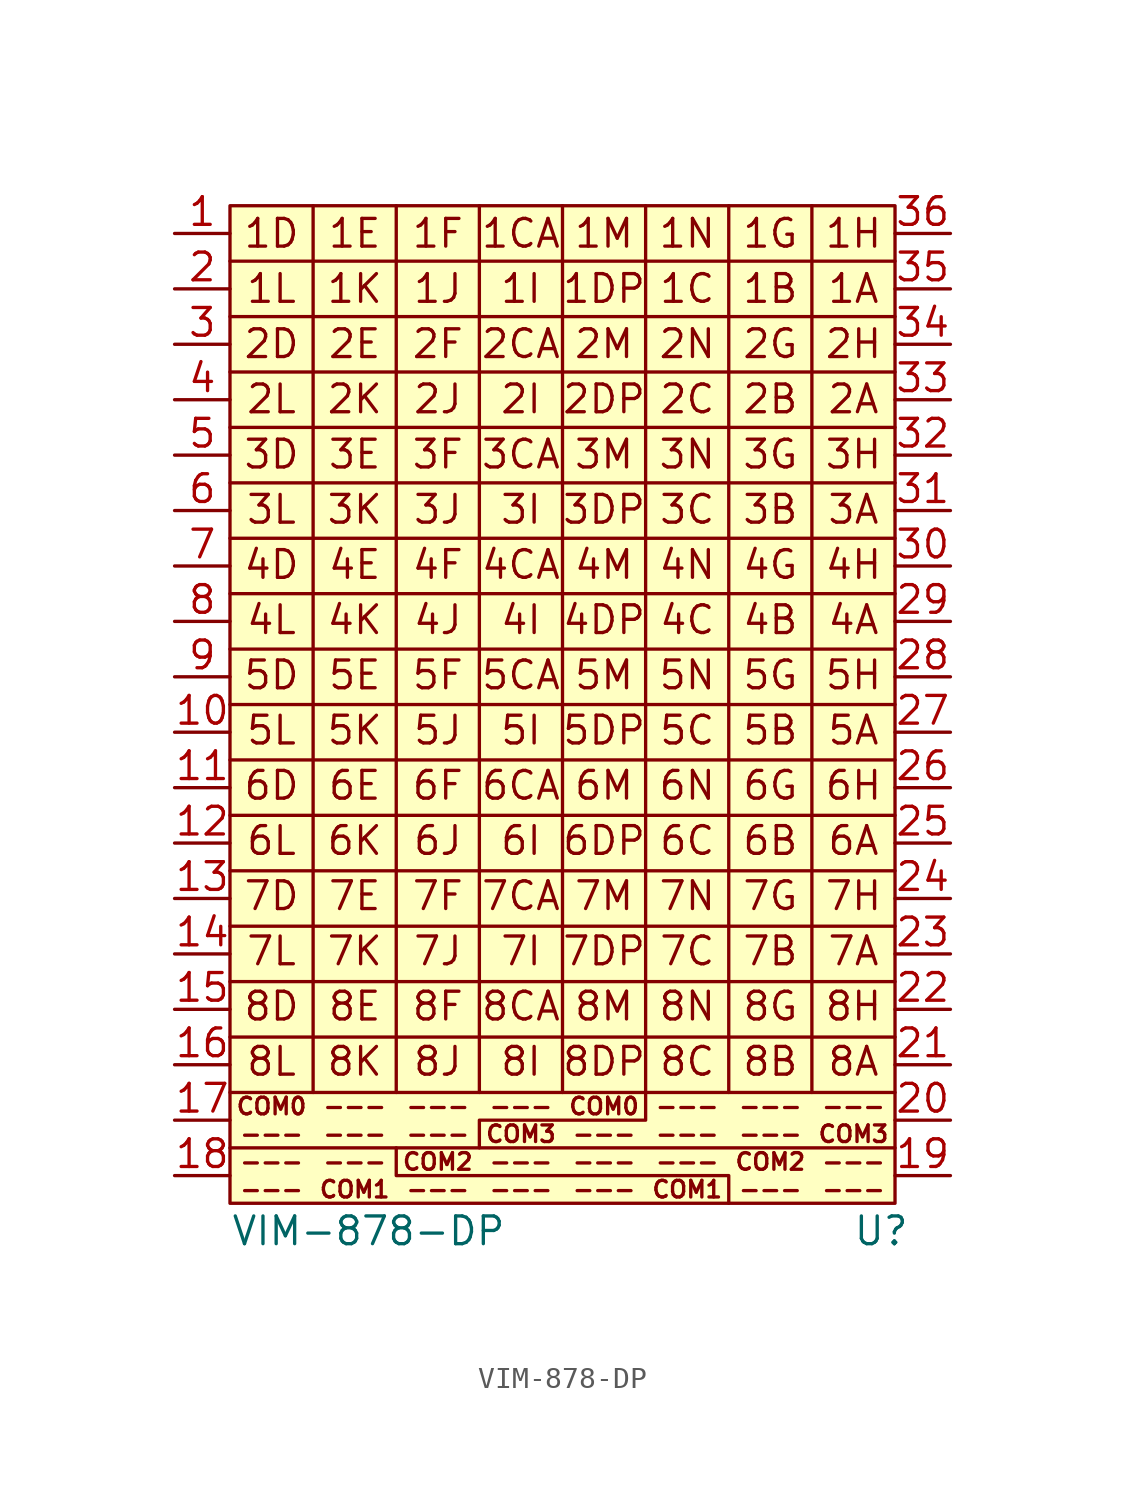
<source format=kicad_sym>
(kicad_symbol_lib
  (version 20220914)
  (generator kicad_symbol_editor)
  (symbol "VIM-878-DP"
    (pin_names hide)
    (property "Reference" "U"
      (at 14.605 -24.13 0)
      (effects (font (size 1.27 1.27))))
    (property "Value" "VIM-878-DP"
      (at -8.89 -24.13 0)
      (effects (font (size 1.27 1.27))))
    (symbol "VIM-878-DP_0_0"
      (pin passive line (at -17.78 21.59 0) (length 2.54) (name "1DEFCA" (effects (font (size 1.27 1.27)))) (number "1" (effects (font (size 1.27 1.27)))))
      (pin passive line (at -17.78 -1.27 0) (length 2.54) (name "5LKJI" (effects (font (size 1.27 1.27)))) (number "10" (effects (font (size 1.27 1.27)))))
      (pin passive line (at -17.78 -3.81 0) (length 2.54) (name "6DEFCA" (effects (font (size 1.27 1.27)))) (number "11" (effects (font (size 1.27 1.27)))))
      (pin passive line (at -17.78 -6.35 0) (length 2.54) (name "6LKJI" (effects (font (size 1.27 1.27)))) (number "12" (effects (font (size 1.27 1.27)))))
      (pin passive line (at -17.78 -8.89 0) (length 2.54) (name "7DEFCA" (effects (font (size 1.27 1.27)))) (number "13" (effects (font (size 1.27 1.27)))))
      (pin passive line (at -17.78 -11.43 0) (length 2.54) (name "7LKJI" (effects (font (size 1.27 1.27)))) (number "14" (effects (font (size 1.27 1.27)))))
      (pin passive line (at -17.78 -13.97 0) (length 2.54) (name "8DEFCA" (effects (font (size 1.27 1.27)))) (number "15" (effects (font (size 1.27 1.27)))))
      (pin passive line (at -17.78 -16.51 0) (length 2.54) (name "8LKJI" (effects (font (size 1.27 1.27)))) (number "16" (effects (font (size 1.27 1.27)))))
      (pin passive line (at -17.78 19.05 0) (length 2.54) (name "1LKJI" (effects (font (size 1.27 1.27)))) (number "2" (effects (font (size 1.27 1.27)))))
      (pin passive line (at 17.78 -16.51 180) (length 2.54) (name "8DPCBA" (effects (font (size 1.27 1.27)))) (number "21" (effects (font (size 1.27 1.27)))))
      (pin passive line (at 17.78 -13.97 180) (length 2.54) (name "8MNGH" (effects (font (size 1.27 1.27)))) (number "22" (effects (font (size 1.27 1.27)))))
      (pin passive line (at 17.78 -11.43 180) (length 2.54) (name "7DPCBA" (effects (font (size 1.27 1.27)))) (number "23" (effects (font (size 1.27 1.27)))))
      (pin passive line (at 17.78 -8.89 180) (length 2.54) (name "7MNGH" (effects (font (size 1.27 1.27)))) (number "24" (effects (font (size 1.27 1.27)))))
      (pin passive line (at 17.78 -6.35 180) (length 2.54) (name "6DPCBA" (effects (font (size 1.27 1.27)))) (number "25" (effects (font (size 1.27 1.27)))))
      (pin passive line (at 17.78 -3.81 180) (length 2.54) (name "6MNGH" (effects (font (size 1.27 1.27)))) (number "26" (effects (font (size 1.27 1.27)))))
      (pin passive line (at 17.78 -1.27 180) (length 2.54) (name "8DPCBA" (effects (font (size 1.27 1.27)))) (number "27" (effects (font (size 1.27 1.27)))))
      (pin passive line (at 17.78 1.27 180) (length 2.54) (name "8MNGH" (effects (font (size 1.27 1.27)))) (number "28" (effects (font (size 1.27 1.27)))))
      (pin passive line (at 17.78 3.81 180) (length 2.54) (name "8DPCBA" (effects (font (size 1.27 1.27)))) (number "29" (effects (font (size 1.27 1.27)))))
      (pin passive line (at -17.78 16.51 0) (length 2.54) (name "2DEFCA" (effects (font (size 1.27 1.27)))) (number "3" (effects (font (size 1.27 1.27)))))
      (pin passive line (at 17.78 6.35 180) (length 2.54) (name "8MNGH" (effects (font (size 1.27 1.27)))) (number "30" (effects (font (size 1.27 1.27)))))
      (pin passive line (at 17.78 8.89 180) (length 2.54) (name "8DPCBA" (effects (font (size 1.27 1.27)))) (number "31" (effects (font (size 1.27 1.27)))))
      (pin passive line (at 17.78 11.43 180) (length 2.54) (name "8MNGH" (effects (font (size 1.27 1.27)))) (number "32" (effects (font (size 1.27 1.27)))))
      (pin passive line (at 17.78 13.97 180) (length 2.54) (name "8DPCBA" (effects (font (size 1.27 1.27)))) (number "33" (effects (font (size 1.27 1.27)))))
      (pin passive line (at 17.78 16.51 180) (length 2.54) (name "8MNGH" (effects (font (size 1.27 1.27)))) (number "34" (effects (font (size 1.27 1.27)))))
      (pin passive line (at 17.78 19.05 180) (length 2.54) (name "1DPCBA" (effects (font (size 1.27 1.27)))) (number "35" (effects (font (size 1.27 1.27)))))
      (pin passive line (at 17.78 21.59 180) (length 2.54) (name "1MNGH" (effects (font (size 1.27 1.27)))) (number "36" (effects (font (size 1.27 1.27)))))
      (pin passive line (at -17.78 13.97 0) (length 2.54) (name "2LKJI" (effects (font (size 1.27 1.27)))) (number "4" (effects (font (size 1.27 1.27)))))
      (pin passive line (at -17.78 11.43 0) (length 2.54) (name "3DEFCA" (effects (font (size 1.27 1.27)))) (number "5" (effects (font (size 1.27 1.27)))))
      (pin passive line (at -17.78 8.89 0) (length 2.54) (name "3LKJI" (effects (font (size 1.27 1.27)))) (number "6" (effects (font (size 1.27 1.27)))))
      (pin passive line (at -17.78 6.35 0) (length 2.54) (name "4DEFCA" (effects (font (size 1.27 1.27)))) (number "7" (effects (font (size 1.27 1.27)))))
      (pin passive line (at -17.78 3.81 0) (length 2.54) (name "4LKJI" (effects (font (size 1.27 1.27)))) (number "8" (effects (font (size 1.27 1.27)))))
      (pin passive line (at -17.78 1.27 0) (length 2.54) (name "5DEFCA" (effects (font (size 1.27 1.27)))) (number "9" (effects (font (size 1.27 1.27))))))
    (symbol "VIM-878-DP_0_1"
      (polyline (pts (xy -15.24 -12.7) (xy 15.24 -12.7)) (stroke (width 0) (type default)) (fill (type none)))
      (polyline (pts (xy -15.24 -7.62) (xy 15.24 -7.62)) (stroke (width 0) (type default)) (fill (type none)))
      (polyline (pts (xy -15.24 -2.54) (xy 15.24 -2.54)) (stroke (width 0) (type default)) (fill (type none)))
      (polyline (pts (xy -15.24 0) (xy 15.24 0)) (stroke (width 0) (type default)) (fill (type none)))
      (polyline (pts (xy -15.24 5.08) (xy 15.24 5.08)) (stroke (width 0) (type default)) (fill (type none)))
      (polyline (pts (xy -15.24 10.16) (xy 15.24 10.16)) (stroke (width 0) (type default)) (fill (type none)))
      (polyline (pts (xy -15.24 15.24) (xy 15.24 15.24)) (stroke (width 0) (type default)) (fill (type none)))
      (polyline (pts (xy 15.24 -15.24) (xy -15.24 -15.24)) (stroke (width 0) (type default)) (fill (type none)))
      (polyline (pts (xy 15.24 -10.16) (xy -15.24 -10.16)) (stroke (width 0) (type default)) (fill (type none)))
      (polyline (pts (xy 15.24 -5.08) (xy -15.24 -5.08)) (stroke (width 0) (type default)) (fill (type none)))
      (polyline (pts (xy 15.24 2.54) (xy -15.24 2.54)) (stroke (width 0) (type default)) (fill (type none)))
      (polyline (pts (xy 15.24 7.62) (xy -15.24 7.62)) (stroke (width 0) (type default)) (fill (type none)))
      (polyline (pts (xy 15.24 12.7) (xy -15.24 12.7)) (stroke (width 0) (type default)) (fill (type none))))
    (symbol "VIM-878-DP_1_0"
      (pin passive line (at -17.78 -19.05 0) (length 2.54) (name "COM0" (effects (font (size 1.27 1.27)))) (number "17" (effects (font (size 1.27 1.27)))))
      (pin passive line (at -17.78 -21.59 0) (length 2.54) (name "COM1" (effects (font (size 1.27 1.27)))) (number "18" (effects (font (size 1.27 1.27)))))
      (pin passive line (at 17.78 -21.59 180) (length 2.54) (name "COM2" (effects (font (size 1.27 1.27)))) (number "19" (effects (font (size 1.27 1.27)))))
      (pin passive line (at 17.78 -19.05 180) (length 2.54) (name "COM3" (effects (font (size 1.27 1.27)))) (number "20" (effects (font (size 1.27 1.27))))))
    (symbol "VIM-878-DP_1_1"
      (rectangle (start -15.24 22.86) (end 15.24 -22.86) (stroke (width 0) (type default)) (fill (type background)))
      (polyline (pts (xy -15.24 -20.32) (xy 15.24 -20.32)) (stroke (width 0) (type default)) (fill (type none)))
      (polyline (pts (xy -15.24 17.78) (xy 15.24 17.78)) (stroke (width 0) (type default)) (fill (type none)))
      (polyline (pts (xy -15.24 20.32) (xy 15.24 20.32)) (stroke (width 0) (type default)) (fill (type none)))
      (polyline (pts (xy -11.43 22.86) (xy -11.43 -17.78)) (stroke (width 0) (type default)) (fill (type none)))
      (polyline (pts (xy -7.62 22.86) (xy -7.62 -17.78)) (stroke (width 0) (type default)) (fill (type none)))
      (polyline (pts (xy -3.81 22.86) (xy -3.81 -17.78)) (stroke (width 0) (type default)) (fill (type none)))
      (polyline (pts (xy 0 22.86) (xy 0 -17.78)) (stroke (width 0) (type default)) (fill (type none)))
      (polyline (pts (xy 3.81 -17.78) (xy 3.81 22.86)) (stroke (width 0) (type default)) (fill (type none)))
      (polyline (pts (xy 7.62 22.86) (xy 7.62 -17.78)) (stroke (width 0) (type default)) (fill (type none)))
      (polyline (pts (xy 11.43 22.86) (xy 11.43 -17.78)) (stroke (width 0) (type default)) (fill (type none)))
      (polyline (pts (xy 15.24 -17.78) (xy -15.24 -17.78)) (stroke (width 0) (type default)) (fill (type none)))
      (polyline (pts (xy -7.62 -20.32) (xy -7.62 -21.59) (xy 7.62 -21.59) (xy 7.62 -22.86)) (stroke (width 0) (type default)) (fill (type none)))
      (polyline (pts (xy 3.81 -17.78) (xy 3.81 -19.05) (xy -3.81 -19.05) (xy -3.81 -20.32)) (stroke (width 0) (type default)) (fill (type none)))
      (text "---" (at -13.335 -22.225 0) (effects (font (size 0.762 0.762))))
      (text "---" (at -13.335 -20.955 0) (effects (font (size 0.762 0.762))))
      (text "---" (at -13.335 -19.685 0) (effects (font (size 0.762 0.762))))
      (text "---" (at -9.525 -20.955 0) (effects (font (size 0.762 0.762))))
      (text "---" (at -9.525 -19.685 0) (effects (font (size 0.762 0.762))))
      (text "---" (at -9.525 -18.415 0) (effects (font (size 0.762 0.762))))
      (text "---" (at -5.715 -22.225 0) (effects (font (size 0.762 0.762))))
      (text "---" (at -5.715 -19.685 0) (effects (font (size 0.762 0.762))))
      (text "---" (at -5.715 -18.415 0) (effects (font (size 0.762 0.762))))
      (text "---" (at -1.905 -22.225 0) (effects (font (size 0.762 0.762))))
      (text "---" (at -1.905 -20.955 0) (effects (font (size 0.762 0.762))))
      (text "---" (at -1.905 -18.415 0) (effects (font (size 0.762 0.762))))
      (text "---" (at 1.905 -22.225 0) (effects (font (size 0.762 0.762))))
      (text "---" (at 1.905 -20.955 0) (effects (font (size 0.762 0.762))))
      (text "---" (at 1.905 -19.685 0) (effects (font (size 0.762 0.762))))
      (text "---" (at 5.715 -20.955 0) (effects (font (size 0.762 0.762))))
      (text "---" (at 5.715 -19.685 0) (effects (font (size 0.762 0.762))))
      (text "---" (at 5.715 -18.415 0) (effects (font (size 0.762 0.762))))
      (text "---" (at 9.525 -22.225 0) (effects (font (size 0.762 0.762))))
      (text "---" (at 9.525 -19.685 0) (effects (font (size 0.762 0.762))))
      (text "---" (at 9.525 -18.415 0) (effects (font (size 0.762 0.762))))
      (text "---" (at 13.335 -22.225 0) (effects (font (size 0.762 0.762))))
      (text "---" (at 13.335 -20.955 0) (effects (font (size 0.762 0.762))))
      (text "---" (at 13.335 -18.415 0) (effects (font (size 0.762 0.762))))
      (text "1A" (at 13.335 19.06 0) (effects (font (size 1.27 1.27))))
      (text "1B" (at 9.525 19.06 0) (effects (font (size 1.27 1.27))))
      (text "1C" (at 5.715 19.06 0) (effects (font (size 1.27 1.27))))
      (text "1CA" (at -1.905 21.59 0) (effects (font (size 1.27 1.27))))
      (text "1D" (at -13.335 21.59 0) (effects (font (size 1.27 1.27))))
      (text "1DP" (at 1.905 19.06 0) (effects (font (size 1.27 1.27))))
      (text "1E" (at -9.525 21.59 0) (effects (font (size 1.27 1.27))))
      (text "1F" (at -5.715 21.59 0) (effects (font (size 1.27 1.27))))
      (text "1G" (at 9.525 21.59 0) (effects (font (size 1.27 1.27))))
      (text "1H" (at 13.335 21.59 0) (effects (font (size 1.27 1.27))))
      (text "1I" (at -1.905 19.06 0) (effects (font (size 1.27 1.27))))
      (text "1J" (at -5.715 19.06 0) (effects (font (size 1.27 1.27))))
      (text "1K" (at -9.525 19.06 0) (effects (font (size 1.27 1.27))))
      (text "1L" (at -13.335 19.06 0) (effects (font (size 1.27 1.27))))
      (text "1M" (at 1.905 21.59 0) (effects (font (size 1.27 1.27))))
      (text "1N" (at 5.715 21.59 0) (effects (font (size 1.27 1.27))))
      (text "2A" (at 13.335 14 0) (effects (font (size 1.27 1.27))))
      (text "2B" (at 9.525 14 0) (effects (font (size 1.27 1.27))))
      (text "2C" (at 5.715 14 0) (effects (font (size 1.27 1.27))))
      (text "2CA" (at -1.905 16.53 0) (effects (font (size 1.27 1.27))))
      (text "2D" (at -13.335 16.53 0) (effects (font (size 1.27 1.27))))
      (text "2DP" (at 1.905 14 0) (effects (font (size 1.27 1.27))))
      (text "2E" (at -9.525 16.53 0) (effects (font (size 1.27 1.27))))
      (text "2F" (at -5.715 16.53 0) (effects (font (size 1.27 1.27))))
      (text "2G" (at 9.525 16.53 0) (effects (font (size 1.27 1.27))))
      (text "2H" (at 13.335 16.53 0) (effects (font (size 1.27 1.27))))
      (text "2I" (at -1.905 14 0) (effects (font (size 1.27 1.27))))
      (text "2J" (at -5.715 14 0) (effects (font (size 1.27 1.27))))
      (text "2K" (at -9.525 14 0) (effects (font (size 1.27 1.27))))
      (text "2L" (at -13.335 14 0) (effects (font (size 1.27 1.27))))
      (text "2M" (at 1.905 16.53 0) (effects (font (size 1.27 1.27))))
      (text "2N" (at 5.715 16.53 0) (effects (font (size 1.27 1.27))))
      (text "3A" (at 13.335 8.94 0) (effects (font (size 1.27 1.27))))
      (text "3B" (at 9.525 8.94 0) (effects (font (size 1.27 1.27))))
      (text "3C" (at 5.715 8.94 0) (effects (font (size 1.27 1.27))))
      (text "3CA" (at -1.905 11.47 0) (effects (font (size 1.27 1.27))))
      (text "3D" (at -13.335 11.47 0) (effects (font (size 1.27 1.27))))
      (text "3DP" (at 1.905 8.94 0) (effects (font (size 1.27 1.27))))
      (text "3E" (at -9.525 11.47 0) (effects (font (size 1.27 1.27))))
      (text "3F" (at -5.715 11.47 0) (effects (font (size 1.27 1.27))))
      (text "3G" (at 9.525 11.47 0) (effects (font (size 1.27 1.27))))
      (text "3H" (at 13.335 11.47 0) (effects (font (size 1.27 1.27))))
      (text "3I" (at -1.905 8.94 0) (effects (font (size 1.27 1.27))))
      (text "3J" (at -5.715 8.94 0) (effects (font (size 1.27 1.27))))
      (text "3K" (at -9.525 8.94 0) (effects (font (size 1.27 1.27))))
      (text "3L" (at -13.335 8.94 0) (effects (font (size 1.27 1.27))))
      (text "3M" (at 1.905 11.47 0) (effects (font (size 1.27 1.27))))
      (text "3N" (at 5.715 11.47 0) (effects (font (size 1.27 1.27))))
      (text "4A" (at 13.335 3.88 0) (effects (font (size 1.27 1.27))))
      (text "4B" (at 9.525 3.88 0) (effects (font (size 1.27 1.27))))
      (text "4C" (at 5.715 3.88 0) (effects (font (size 1.27 1.27))))
      (text "4CA" (at -1.905 6.41 0) (effects (font (size 1.27 1.27))))
      (text "4D" (at -13.335 6.41 0) (effects (font (size 1.27 1.27))))
      (text "4DP" (at 1.905 3.88 0) (effects (font (size 1.27 1.27))))
      (text "4E" (at -9.525 6.41 0) (effects (font (size 1.27 1.27))))
      (text "4F" (at -5.715 6.41 0) (effects (font (size 1.27 1.27))))
      (text "4G" (at 9.525 6.41 0) (effects (font (size 1.27 1.27))))
      (text "4H" (at 13.335 6.41 0) (effects (font (size 1.27 1.27))))
      (text "4I" (at -1.905 3.88 0) (effects (font (size 1.27 1.27))))
      (text "4J" (at -5.715 3.88 0) (effects (font (size 1.27 1.27))))
      (text "4K" (at -9.525 3.88 0) (effects (font (size 1.27 1.27))))
      (text "4L" (at -13.335 3.88 0) (effects (font (size 1.27 1.27))))
      (text "4M" (at 1.905 6.41 0) (effects (font (size 1.27 1.27))))
      (text "4N" (at 5.715 6.41 0) (effects (font (size 1.27 1.27))))
      (text "5A" (at 13.335 -1.18 0) (effects (font (size 1.27 1.27))))
      (text "5B" (at 9.525 -1.18 0) (effects (font (size 1.27 1.27))))
      (text "5C" (at 5.715 -1.18 0) (effects (font (size 1.27 1.27))))
      (text "5CA" (at -1.905 1.35 0) (effects (font (size 1.27 1.27))))
      (text "5D" (at -13.335 1.35 0) (effects (font (size 1.27 1.27))))
      (text "5DP" (at 1.905 -1.18 0) (effects (font (size 1.27 1.27))))
      (text "5E" (at -9.525 1.35 0) (effects (font (size 1.27 1.27))))
      (text "5F" (at -5.715 1.35 0) (effects (font (size 1.27 1.27))))
      (text "5G" (at 9.525 1.35 0) (effects (font (size 1.27 1.27))))
      (text "5H" (at 13.335 1.35 0) (effects (font (size 1.27 1.27))))
      (text "5I" (at -1.905 -1.18 0) (effects (font (size 1.27 1.27))))
      (text "5J" (at -5.715 -1.18 0) (effects (font (size 1.27 1.27))))
      (text "5K" (at -9.525 -1.18 0) (effects (font (size 1.27 1.27))))
      (text "5L" (at -13.335 -1.18 0) (effects (font (size 1.27 1.27))))
      (text "5M" (at 1.905 1.35 0) (effects (font (size 1.27 1.27))))
      (text "5N" (at 5.715 1.35 0) (effects (font (size 1.27 1.27))))
      (text "6A" (at 13.335 -6.24 0) (effects (font (size 1.27 1.27))))
      (text "6B" (at 9.525 -6.24 0) (effects (font (size 1.27 1.27))))
      (text "6C" (at 5.715 -6.24 0) (effects (font (size 1.27 1.27))))
      (text "6CA" (at -1.905 -3.71 0) (effects (font (size 1.27 1.27))))
      (text "6D" (at -13.335 -3.71 0) (effects (font (size 1.27 1.27))))
      (text "6DP" (at 1.905 -6.24 0) (effects (font (size 1.27 1.27))))
      (text "6E" (at -9.525 -3.71 0) (effects (font (size 1.27 1.27))))
      (text "6F" (at -5.715 -3.71 0) (effects (font (size 1.27 1.27))))
      (text "6G" (at 9.525 -3.71 0) (effects (font (size 1.27 1.27))))
      (text "6H" (at 13.335 -3.71 0) (effects (font (size 1.27 1.27))))
      (text "6I" (at -1.905 -6.24 0) (effects (font (size 1.27 1.27))))
      (text "6J" (at -5.715 -6.24 0) (effects (font (size 1.27 1.27))))
      (text "6K" (at -9.525 -6.24 0) (effects (font (size 1.27 1.27))))
      (text "6L" (at -13.335 -6.24 0) (effects (font (size 1.27 1.27))))
      (text "6M" (at 1.905 -3.71 0) (effects (font (size 1.27 1.27))))
      (text "6N" (at 5.715 -3.71 0) (effects (font (size 1.27 1.27))))
      (text "7A" (at 13.335 -11.3 0) (effects (font (size 1.27 1.27))))
      (text "7B" (at 9.525 -11.3 0) (effects (font (size 1.27 1.27))))
      (text "7C" (at 5.715 -11.3 0) (effects (font (size 1.27 1.27))))
      (text "7CA" (at -1.905 -8.77 0) (effects (font (size 1.27 1.27))))
      (text "7D" (at -13.335 -8.77 0) (effects (font (size 1.27 1.27))))
      (text "7DP" (at 1.905 -11.3 0) (effects (font (size 1.27 1.27))))
      (text "7E" (at -9.525 -8.77 0) (effects (font (size 1.27 1.27))))
      (text "7F" (at -5.715 -8.77 0) (effects (font (size 1.27 1.27))))
      (text "7G" (at 9.525 -8.77 0) (effects (font (size 1.27 1.27))))
      (text "7H" (at 13.335 -8.77 0) (effects (font (size 1.27 1.27))))
      (text "7I" (at -1.905 -11.3 0) (effects (font (size 1.27 1.27))))
      (text "7J" (at -5.715 -11.3 0) (effects (font (size 1.27 1.27))))
      (text "7K" (at -9.525 -11.3 0) (effects (font (size 1.27 1.27))))
      (text "7L" (at -13.335 -11.3 0) (effects (font (size 1.27 1.27))))
      (text "7M" (at 1.905 -8.77 0) (effects (font (size 1.27 1.27))))
      (text "7N" (at 5.715 -8.77 0) (effects (font (size 1.27 1.27))))
      (text "8A" (at 13.335 -16.36 0) (effects (font (size 1.27 1.27))))
      (text "8B" (at 9.525 -16.36 0) (effects (font (size 1.27 1.27))))
      (text "8C" (at 5.715 -16.36 0) (effects (font (size 1.27 1.27))))
      (text "8CA" (at -1.905 -13.83 0) (effects (font (size 1.27 1.27))))
      (text "8D" (at -13.335 -13.83 0) (effects (font (size 1.27 1.27))))
      (text "8DP" (at 1.905 -16.36 0) (effects (font (size 1.27 1.27))))
      (text "8E" (at -9.525 -13.83 0) (effects (font (size 1.27 1.27))))
      (text "8F" (at -5.715 -13.83 0) (effects (font (size 1.27 1.27))))
      (text "8G" (at 9.525 -13.83 0) (effects (font (size 1.27 1.27))))
      (text "8H" (at 13.335 -13.83 0) (effects (font (size 1.27 1.27))))
      (text "8I" (at -1.905 -16.36 0) (effects (font (size 1.27 1.27))))
      (text "8J" (at -5.715 -16.36 0) (effects (font (size 1.27 1.27))))
      (text "8K" (at -9.525 -16.36 0) (effects (font (size 1.27 1.27))))
      (text "8L" (at -13.335 -16.36 0) (effects (font (size 1.27 1.27))))
      (text "8M" (at 1.905 -13.83 0) (effects (font (size 1.27 1.27))))
      (text "8N" (at 5.715 -13.83 0) (effects (font (size 1.27 1.27))))
      (text "COM0" (at -13.335 -18.415 0) (effects (font (size 0.762 0.762))))
      (text "COM0" (at 1.905 -18.415 0) (effects (font (size 0.762 0.762))))
      (text "COM1\n" (at -9.525 -22.225 0) (effects (font (size 0.762 0.762))))
      (text "COM1\n" (at 5.715 -22.225 0) (effects (font (size 0.762 0.762))))
      (text "COM2" (at -5.715 -20.955 0) (effects (font (size 0.762 0.762))))
      (text "COM2" (at 9.525 -20.955 0) (effects (font (size 0.762 0.762))))
      (text "COM3" (at -1.905 -19.685 0) (effects (font (size 0.762 0.762))))
      (text "COM3" (at 13.335 -19.685 0) (effects (font (size 0.762 0.762)))))))
</source>
